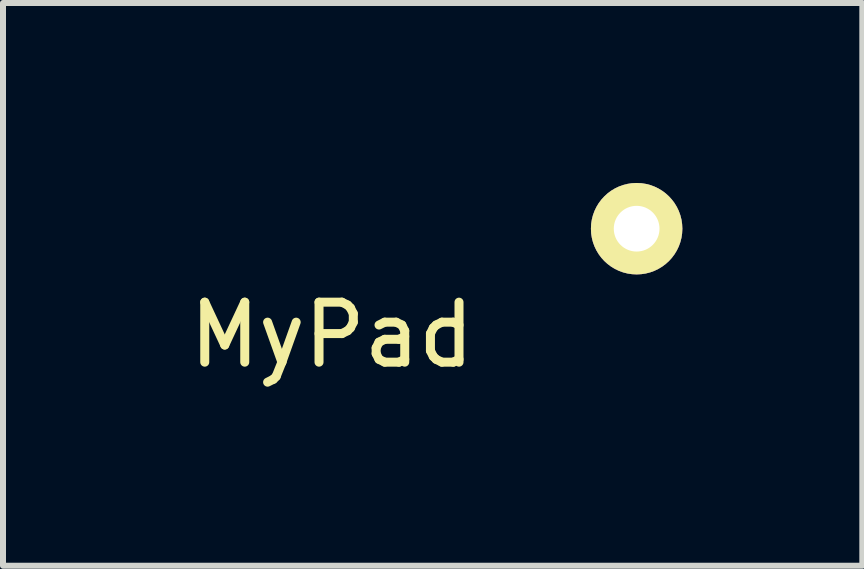
<source format=kicad_pcb>
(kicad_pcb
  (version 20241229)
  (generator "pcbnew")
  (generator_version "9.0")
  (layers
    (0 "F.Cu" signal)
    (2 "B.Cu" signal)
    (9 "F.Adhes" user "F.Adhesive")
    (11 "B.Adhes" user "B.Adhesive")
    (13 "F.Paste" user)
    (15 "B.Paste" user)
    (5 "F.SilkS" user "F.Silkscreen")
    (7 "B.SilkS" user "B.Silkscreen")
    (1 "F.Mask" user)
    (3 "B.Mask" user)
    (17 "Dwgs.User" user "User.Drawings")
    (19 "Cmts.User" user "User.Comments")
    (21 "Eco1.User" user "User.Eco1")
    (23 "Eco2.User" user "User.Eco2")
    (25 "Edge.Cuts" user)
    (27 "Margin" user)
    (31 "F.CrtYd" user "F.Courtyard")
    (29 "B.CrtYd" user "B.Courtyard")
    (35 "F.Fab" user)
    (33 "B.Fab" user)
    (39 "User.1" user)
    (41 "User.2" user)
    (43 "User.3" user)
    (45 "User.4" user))
  (footprint "MyPad"
    (layer "F.Cu")
    (at 2.482 2.032)
    (property "Reference" "MyPad" (at 0 0.5 0) (layer "F.SilkS") (effects (font (size 1 1) (thickness 0.15))))
    (attr through_hole)
    (pad "1" thru_hole circle (at 5.08 -1.27) (size 1.524 1.524) (drill 0.762) (layers "*.Cu" "*.Mask" "F.SilkS")))
  (gr_rect
    (start -3 -3)
    (end 11.324 6.38)
    (stroke (width 0.1) (type default))
    (fill no)
    (layer "Edge.Cuts")))
</source>
